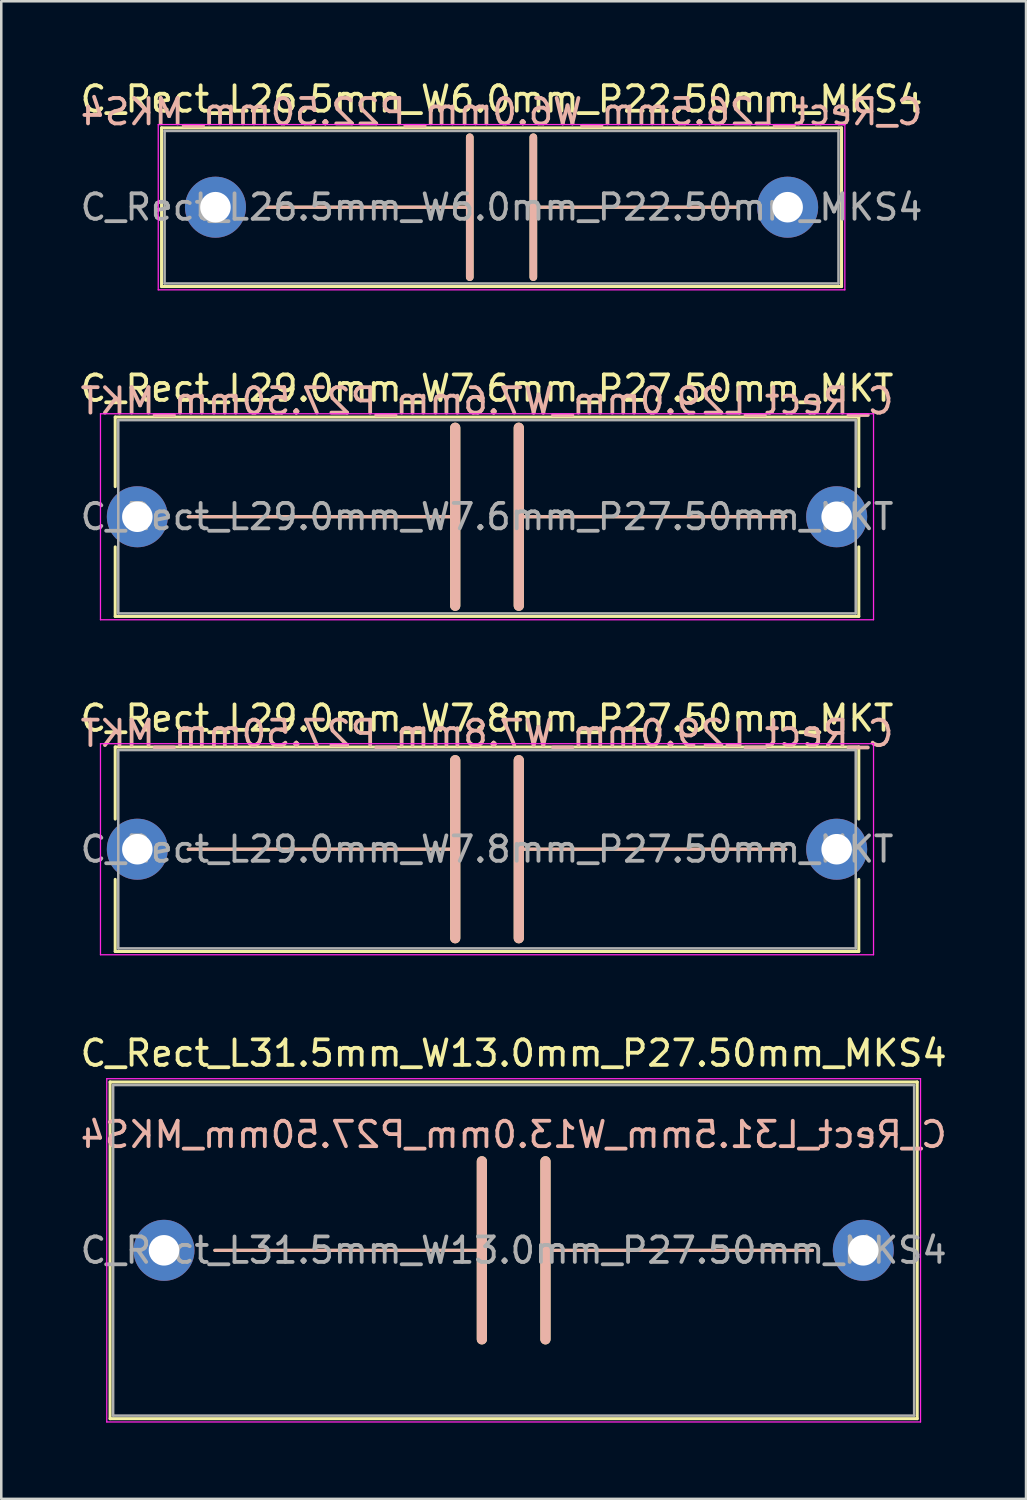
<source format=kicad_pcb>
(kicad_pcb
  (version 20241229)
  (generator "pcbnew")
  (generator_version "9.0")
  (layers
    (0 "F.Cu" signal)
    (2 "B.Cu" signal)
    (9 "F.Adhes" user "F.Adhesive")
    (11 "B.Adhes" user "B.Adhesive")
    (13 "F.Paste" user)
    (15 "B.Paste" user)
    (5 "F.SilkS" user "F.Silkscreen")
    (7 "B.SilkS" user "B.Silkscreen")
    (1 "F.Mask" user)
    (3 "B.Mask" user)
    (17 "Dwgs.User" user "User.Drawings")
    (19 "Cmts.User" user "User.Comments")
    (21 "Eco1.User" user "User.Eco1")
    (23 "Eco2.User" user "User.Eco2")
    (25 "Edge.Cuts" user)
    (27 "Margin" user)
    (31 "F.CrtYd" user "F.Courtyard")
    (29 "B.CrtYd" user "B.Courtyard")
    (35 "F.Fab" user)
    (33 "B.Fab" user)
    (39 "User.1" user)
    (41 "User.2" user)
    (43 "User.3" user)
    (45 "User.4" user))
  (footprint "C_Rect_L26.5mm_W6.0mm_P22.50mm_MKS4"
    (layer "F.Cu")
    (at 5.423 5.098)
    (property "Reference" "C_Rect_L26.5mm_W6.0mm_P22.50mm_MKS4" (at 11.25 -4.25 0) (layer "F.SilkS") (effects (font (size 1 1) (thickness 0.15))))
    (fp_line (start -2.12 -3.12) (end -2.12 3.12) (stroke (width 0.12) (type solid)) (layer "F.SilkS"))
    (fp_line (start -2.12 -3.12) (end 24.62 -3.12) (stroke (width 0.12) (type solid)) (layer "F.SilkS"))
    (fp_line (start -2.12 3.12) (end 24.62 3.12) (stroke (width 0.12) (type solid)) (layer "F.SilkS"))
    (fp_line (start 2 0) (end 10 0) (stroke (width 0.12) (type solid)) (layer "F.SilkS"))
    (fp_line (start 10 -2.75) (end 10 2.75) (stroke (width 0.3) (type solid)) (layer "F.SilkS"))
    (fp_line (start 12.5 -2.75) (end 12.5 2.75) (stroke (width 0.3) (type solid)) (layer "F.SilkS"))
    (fp_line (start 12.5 0) (end 20.5 0) (stroke (width 0.12) (type solid)) (layer "F.SilkS"))
    (fp_line (start 24.62 -3.12) (end 24.62 3.12) (stroke (width 0.12) (type solid)) (layer "F.SilkS"))
    (fp_line (start 2 0) (end 10 0) (stroke (width 0.12) (type solid)) (layer "B.SilkS"))
    (fp_line (start 10 2.75) (end 10 -2.75) (stroke (width 0.3) (type solid)) (layer "B.SilkS"))
    (fp_line (start 12.5 0) (end 20.5 0) (stroke (width 0.12) (type solid)) (layer "B.SilkS"))
    (fp_line (start 12.5 2.75) (end 12.5 -2.75) (stroke (width 0.3) (type solid)) (layer "B.SilkS"))
    (fp_line (start -2.25 -3.25) (end -2.25 3.25) (stroke (width 0.05) (type solid)) (layer "F.CrtYd"))
    (fp_line (start -2.25 3.25) (end 24.75 3.25) (stroke (width 0.05) (type solid)) (layer "F.CrtYd"))
    (fp_line (start 24.75 -3.25) (end -2.25 -3.25) (stroke (width 0.05) (type solid)) (layer "F.CrtYd"))
    (fp_line (start 24.75 3.25) (end 24.75 -3.25) (stroke (width 0.05) (type solid)) (layer "F.CrtYd"))
    (fp_line (start -2 -3) (end -2 3) (stroke (width 0.1) (type solid)) (layer "F.Fab"))
    (fp_line (start -2 3) (end 24.5 3) (stroke (width 0.1) (type solid)) (layer "F.Fab"))
    (fp_line (start 24.5 -3) (end -2 -3) (stroke (width 0.1) (type solid)) (layer "F.Fab"))
    (fp_line (start 24.5 3) (end 24.5 -3) (stroke (width 0.1) (type solid)) (layer "F.Fab"))
    (fp_text user "${REFERENCE}" (at 11.25 -3.75 0) (layer "B.SilkS") (effects (font (size 1 1) (thickness 0.15)) (justify mirror)))
    (fp_text user "${REFERENCE}" (at 11.25 0 0) (layer "F.Fab") (effects (font (size 1 1) (thickness 0.15))))
    (pad "1" thru_hole circle (at 0 0) (size 2.4 2.4) (drill 1.2) (layers "*.Cu" "*.Mask"))
    (pad "2" thru_hole circle (at 22.5 0) (size 2.4 2.4) (drill 1.2) (layers "*.Cu" "*.Mask")))
  (footprint "C_Rect_L29.0mm_W7.6mm_P27.50mm_MKT"
    (layer "F.Cu")
    (at 2.351 17.271)
    (property "Reference" "C_Rect_L29.0mm_W7.6mm_P27.50mm_MKT" (at 13.75 -5.05 0) (layer "F.SilkS") (effects (font (size 1 1) (thickness 0.15))))
    (fp_line (start -0.87 -3.92) (end -0.87 -1.185) (stroke (width 0.12) (type solid)) (layer "F.SilkS"))
    (fp_line (start -0.87 -3.92) (end 28.37 -3.92) (stroke (width 0.12) (type solid)) (layer "F.SilkS"))
    (fp_line (start -0.87 1.185) (end -0.87 3.92) (stroke (width 0.12) (type solid)) (layer "F.SilkS"))
    (fp_line (start -0.87 3.92) (end 28.37 3.92) (stroke (width 0.12) (type solid)) (layer "F.SilkS"))
    (fp_line (start 2 0) (end 12.5 0) (stroke (width 0.12) (type solid)) (layer "F.SilkS"))
    (fp_line (start 12.5 -3.5) (end 12.5 3.5) (stroke (width 0.4) (type solid)) (layer "F.SilkS"))
    (fp_line (start 15 -3.5) (end 15 3.5) (stroke (width 0.4) (type solid)) (layer "F.SilkS"))
    (fp_line (start 15 0) (end 25.5 0) (stroke (width 0.12) (type solid)) (layer "F.SilkS"))
    (fp_line (start 28.37 -3.92) (end 28.37 -1.185) (stroke (width 0.12) (type solid)) (layer "F.SilkS"))
    (fp_line (start 28.37 1.185) (end 28.37 3.92) (stroke (width 0.12) (type solid)) (layer "F.SilkS"))
    (fp_line (start 2 0) (end 12.5 0) (stroke (width 0.12) (type solid)) (layer "B.SilkS"))
    (fp_line (start 12.5 3.5) (end 12.5 -3.5) (stroke (width 0.4) (type solid)) (layer "B.SilkS"))
    (fp_line (start 15 0) (end 25.5 0) (stroke (width 0.12) (type solid)) (layer "B.SilkS"))
    (fp_line (start 15 3.5) (end 15 -3.5) (stroke (width 0.4) (type solid)) (layer "B.SilkS"))
    (fp_line (start -1.45 -4.05) (end -1.45 4.05) (stroke (width 0.05) (type solid)) (layer "F.CrtYd"))
    (fp_line (start -1.45 4.05) (end 28.95 4.05) (stroke (width 0.05) (type solid)) (layer "F.CrtYd"))
    (fp_line (start 28.95 -4.05) (end -1.45 -4.05) (stroke (width 0.05) (type solid)) (layer "F.CrtYd"))
    (fp_line (start 28.95 4.05) (end 28.95 -4.05) (stroke (width 0.05) (type solid)) (layer "F.CrtYd"))
    (fp_line (start -0.75 -3.8) (end -0.75 3.8) (stroke (width 0.1) (type solid)) (layer "F.Fab"))
    (fp_line (start -0.75 3.8) (end 28.25 3.8) (stroke (width 0.1) (type solid)) (layer "F.Fab"))
    (fp_line (start 28.25 -3.8) (end -0.75 -3.8) (stroke (width 0.1) (type solid)) (layer "F.Fab"))
    (fp_line (start 28.25 3.8) (end 28.25 -3.8) (stroke (width 0.1) (type solid)) (layer "F.Fab"))
    (fp_text user "${REFERENCE}" (at 13.75 -4.55 0) (layer "B.SilkS") (effects (font (size 1 1) (thickness 0.15)) (justify mirror)))
    (fp_text user "${REFERENCE}" (at 13.75 0 0) (layer "F.Fab") (effects (font (size 1 1) (thickness 0.15))))
    (pad "1" thru_hole circle (at 0 0) (size 2.4 2.4) (drill 1.2) (layers "*.Cu" "*.Mask"))
    (pad "2" thru_hole circle (at 27.5 0) (size 2.4 2.4) (drill 1.2) (layers "*.Cu" "*.Mask")))
  (footprint "C_Rect_L31.5mm_W13.0mm_P27.50mm_MKS4"
    (layer "F.Cu")
    (at 3.399 46.118)
    (property "Reference" "C_Rect_L31.5mm_W13.0mm_P27.50mm_MKS4" (at 13.75 -7.75 0) (layer "F.SilkS") (effects (font (size 1 1) (thickness 0.15))))
    (fp_line (start -2.12 -6.62) (end -2.12 6.62) (stroke (width 0.12) (type solid)) (layer "F.SilkS"))
    (fp_line (start -2.12 -6.62) (end 29.62 -6.62) (stroke (width 0.12) (type solid)) (layer "F.SilkS"))
    (fp_line (start -2.12 6.62) (end 29.62 6.62) (stroke (width 0.12) (type solid)) (layer "F.SilkS"))
    (fp_line (start 2 0) (end 12.5 0) (stroke (width 0.12) (type solid)) (layer "F.SilkS"))
    (fp_line (start 12.5 -3.5) (end 12.5 3.5) (stroke (width 0.4) (type solid)) (layer "F.SilkS"))
    (fp_line (start 15 -3.5) (end 15 3.5) (stroke (width 0.4) (type solid)) (layer "F.SilkS"))
    (fp_line (start 15 0) (end 25.5 0) (stroke (width 0.12) (type solid)) (layer "F.SilkS"))
    (fp_line (start 29.62 -6.62) (end 29.62 6.62) (stroke (width 0.12) (type solid)) (layer "F.SilkS"))
    (fp_line (start 2 0) (end 12.5 0) (stroke (width 0.12) (type solid)) (layer "B.SilkS"))
    (fp_line (start 12.5 3.5) (end 12.5 -3.5) (stroke (width 0.4) (type solid)) (layer "B.SilkS"))
    (fp_line (start 15 0) (end 25.5 0) (stroke (width 0.12) (type solid)) (layer "B.SilkS"))
    (fp_line (start 15 3.5) (end 15 -3.5) (stroke (width 0.4) (type solid)) (layer "B.SilkS"))
    (fp_line (start -2.25 -6.75) (end -2.25 6.75) (stroke (width 0.05) (type solid)) (layer "F.CrtYd"))
    (fp_line (start -2.25 6.75) (end 29.75 6.75) (stroke (width 0.05) (type solid)) (layer "F.CrtYd"))
    (fp_line (start 29.75 -6.75) (end -2.25 -6.75) (stroke (width 0.05) (type solid)) (layer "F.CrtYd"))
    (fp_line (start 29.75 6.75) (end 29.75 -6.75) (stroke (width 0.05) (type solid)) (layer "F.CrtYd"))
    (fp_line (start -2 -6.5) (end -2 6.5) (stroke (width 0.1) (type solid)) (layer "F.Fab"))
    (fp_line (start -2 6.5) (end 29.5 6.5) (stroke (width 0.1) (type solid)) (layer "F.Fab"))
    (fp_line (start 29.5 -6.5) (end -2 -6.5) (stroke (width 0.1) (type solid)) (layer "F.Fab"))
    (fp_line (start 29.5 6.5) (end 29.5 -6.5) (stroke (width 0.1) (type solid)) (layer "F.Fab"))
    (fp_text user "${REFERENCE}" (at 13.75 -4.55 0) (layer "B.SilkS") (effects (font (size 1 1) (thickness 0.15)) (justify mirror)))
    (fp_text user "${REFERENCE}" (at 13.75 0 0) (layer "F.Fab") (effects (font (size 1 1) (thickness 0.15))))
    (pad "1" thru_hole circle (at 0 0) (size 2.4 2.4) (drill 1.2) (layers "*.Cu" "*.Mask"))
    (pad "2" thru_hole circle (at 27.5 0) (size 2.4 2.4) (drill 1.2) (layers "*.Cu" "*.Mask")))
  (footprint "C_Rect_L29.0mm_W7.8mm_P27.50mm_MKT"
    (layer "F.Cu")
    (at 2.351 30.345)
    (property "Reference" "C_Rect_L29.0mm_W7.8mm_P27.50mm_MKT" (at 13.75 -5.15 0) (layer "F.SilkS") (effects (font (size 1 1) (thickness 0.15))))
    (fp_line (start -0.87 -4.02) (end -0.87 -1.185) (stroke (width 0.12) (type solid)) (layer "F.SilkS"))
    (fp_line (start -0.87 -4.02) (end 28.37 -4.02) (stroke (width 0.12) (type solid)) (layer "F.SilkS"))
    (fp_line (start -0.87 1.185) (end -0.87 4.02) (stroke (width 0.12) (type solid)) (layer "F.SilkS"))
    (fp_line (start -0.87 4.02) (end 28.37 4.02) (stroke (width 0.12) (type solid)) (layer "F.SilkS"))
    (fp_line (start 2 0) (end 12.5 0) (stroke (width 0.12) (type solid)) (layer "F.SilkS"))
    (fp_line (start 12.5 -3.5) (end 12.5 3.5) (stroke (width 0.4) (type solid)) (layer "F.SilkS"))
    (fp_line (start 15 -3.5) (end 15 3.5) (stroke (width 0.4) (type solid)) (layer "F.SilkS"))
    (fp_line (start 15 0) (end 25.5 0) (stroke (width 0.12) (type solid)) (layer "F.SilkS"))
    (fp_line (start 28.37 -4.02) (end 28.37 -1.185) (stroke (width 0.12) (type solid)) (layer "F.SilkS"))
    (fp_line (start 28.37 1.185) (end 28.37 4.02) (stroke (width 0.12) (type solid)) (layer "F.SilkS"))
    (fp_line (start 2 0) (end 12.5 0) (stroke (width 0.12) (type solid)) (layer "B.SilkS"))
    (fp_line (start 12.5 3.5) (end 12.5 -3.5) (stroke (width 0.4) (type solid)) (layer "B.SilkS"))
    (fp_line (start 15 0) (end 25.5 0) (stroke (width 0.12) (type solid)) (layer "B.SilkS"))
    (fp_line (start 15 3.5) (end 15 -3.5) (stroke (width 0.4) (type solid)) (layer "B.SilkS"))
    (fp_line (start -1.45 -4.15) (end -1.45 4.15) (stroke (width 0.05) (type solid)) (layer "F.CrtYd"))
    (fp_line (start -1.45 4.15) (end 28.95 4.15) (stroke (width 0.05) (type solid)) (layer "F.CrtYd"))
    (fp_line (start 28.95 -4.15) (end -1.45 -4.15) (stroke (width 0.05) (type solid)) (layer "F.CrtYd"))
    (fp_line (start 28.95 4.15) (end 28.95 -4.15) (stroke (width 0.05) (type solid)) (layer "F.CrtYd"))
    (fp_line (start -0.75 -3.9) (end -0.75 3.9) (stroke (width 0.1) (type solid)) (layer "F.Fab"))
    (fp_line (start -0.75 3.9) (end 28.25 3.9) (stroke (width 0.1) (type solid)) (layer "F.Fab"))
    (fp_line (start 28.25 -3.9) (end -0.75 -3.9) (stroke (width 0.1) (type solid)) (layer "F.Fab"))
    (fp_line (start 28.25 3.9) (end 28.25 -3.9) (stroke (width 0.1) (type solid)) (layer "F.Fab"))
    (fp_text user "${REFERENCE}" (at 13.75 -4.55 0) (layer "B.SilkS") (effects (font (size 1 1) (thickness 0.15)) (justify mirror)))
    (fp_text user "${REFERENCE}" (at 13.75 0 0) (layer "F.Fab") (effects (font (size 1 1) (thickness 0.15))))
    (pad "1" thru_hole circle (at 0 0) (size 2.4 2.4) (drill 1.2) (layers "*.Cu" "*.Mask"))
    (pad "2" thru_hole circle (at 27.5 0) (size 2.4 2.4) (drill 1.2) (layers "*.Cu" "*.Mask")))
  (gr_rect
    (start -3 -3)
    (end 37.298 55.893)
    (stroke (width 0.1) (type default))
    (fill no)
    (layer "Edge.Cuts")))
</source>
